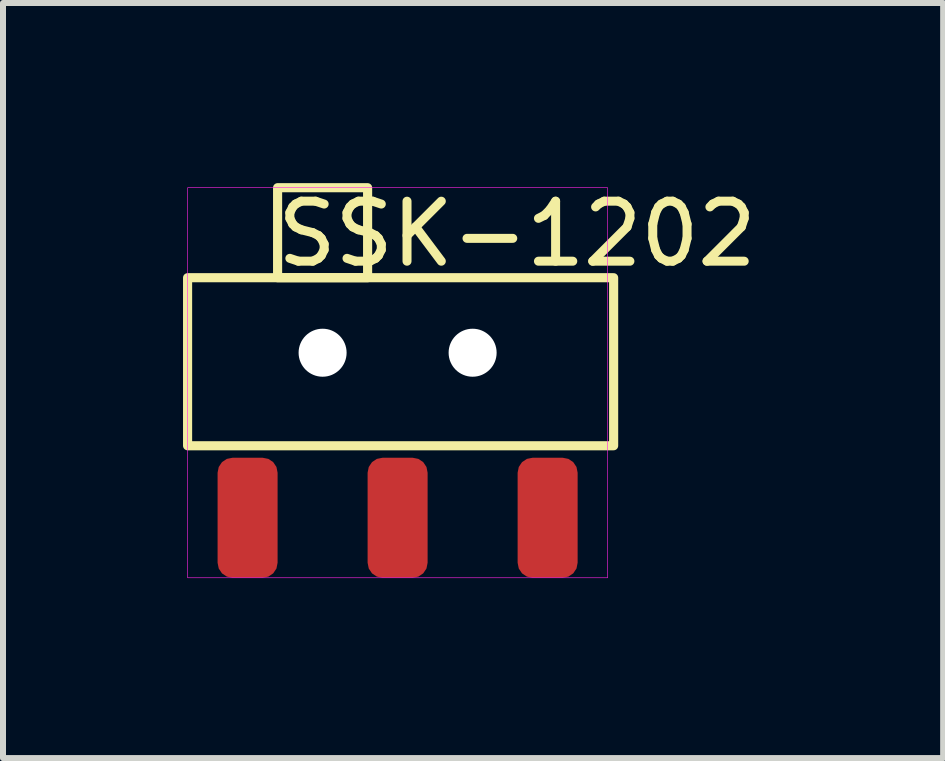
<source format=kicad_pcb>
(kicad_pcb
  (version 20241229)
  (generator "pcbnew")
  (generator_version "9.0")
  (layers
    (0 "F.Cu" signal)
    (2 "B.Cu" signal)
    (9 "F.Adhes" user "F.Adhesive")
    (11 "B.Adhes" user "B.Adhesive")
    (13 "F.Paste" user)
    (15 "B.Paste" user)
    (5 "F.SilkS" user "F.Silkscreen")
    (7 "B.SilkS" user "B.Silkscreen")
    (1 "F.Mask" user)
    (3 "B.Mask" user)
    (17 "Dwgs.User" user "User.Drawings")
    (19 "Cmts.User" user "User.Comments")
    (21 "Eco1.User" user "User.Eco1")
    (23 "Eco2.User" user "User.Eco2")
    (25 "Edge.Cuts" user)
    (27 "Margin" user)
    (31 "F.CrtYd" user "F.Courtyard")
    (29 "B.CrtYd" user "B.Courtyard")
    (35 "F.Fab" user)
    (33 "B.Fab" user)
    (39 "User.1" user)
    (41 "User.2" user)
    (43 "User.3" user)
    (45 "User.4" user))
  (footprint "SSK-1202"
    (layer "F.Cu")
    (at 3.576 5.578)
    (property "Reference" "SSK-1202" (at 1.99 -4.73 0) (unlocked yes) (layer "F.SilkS") (effects (font (size 1 1) (thickness 0.15))))
    (attr smd)
    (fp_rect (start -3.5 -1.2) (end 3.6 -4) (stroke (width 0.152) (type solid)) (fill no) (layer "F.SilkS"))
    (fp_rect (start -2 -5.5) (end -0.5 -4) (stroke (width 0.152) (type solid)) (fill no) (layer "F.SilkS"))
    (fp_rect (start -3.5 -5.5) (end 3.5 1) (stroke (width 0.01) (type solid)) (fill no) (layer "F.CrtYd"))
    (pad "" np_thru_hole circle (at -1.25 -2.75) (size 0.8 0.8) (drill 0.8) (layers "*.Cu" "*.Mask"))
    (pad "" np_thru_hole circle (at 1.25 -2.75) (size 0.8 0.8) (drill 0.8) (layers "*.Cu" "*.Mask"))
    (pad "1" smd roundrect (at -2.5 0) (size 1 2) (layers "F.Cu" "F.Mask" "F.Paste") (roundrect_rratio 0.25))
    (pad "2" smd roundrect (at 0 0) (size 1 2) (layers "F.Cu" "F.Mask" "F.Paste") (roundrect_rratio 0.25))
    (pad "3" smd roundrect (at 2.5 0) (size 1 2) (layers "F.Cu" "F.Mask" "F.Paste") (roundrect_rratio 0.25)))
  (gr_rect
    (start -3 -3)
    (end 12.667 9.583)
    (stroke (width 0.1) (type default))
    (fill no)
    (layer "Edge.Cuts")))
</source>
